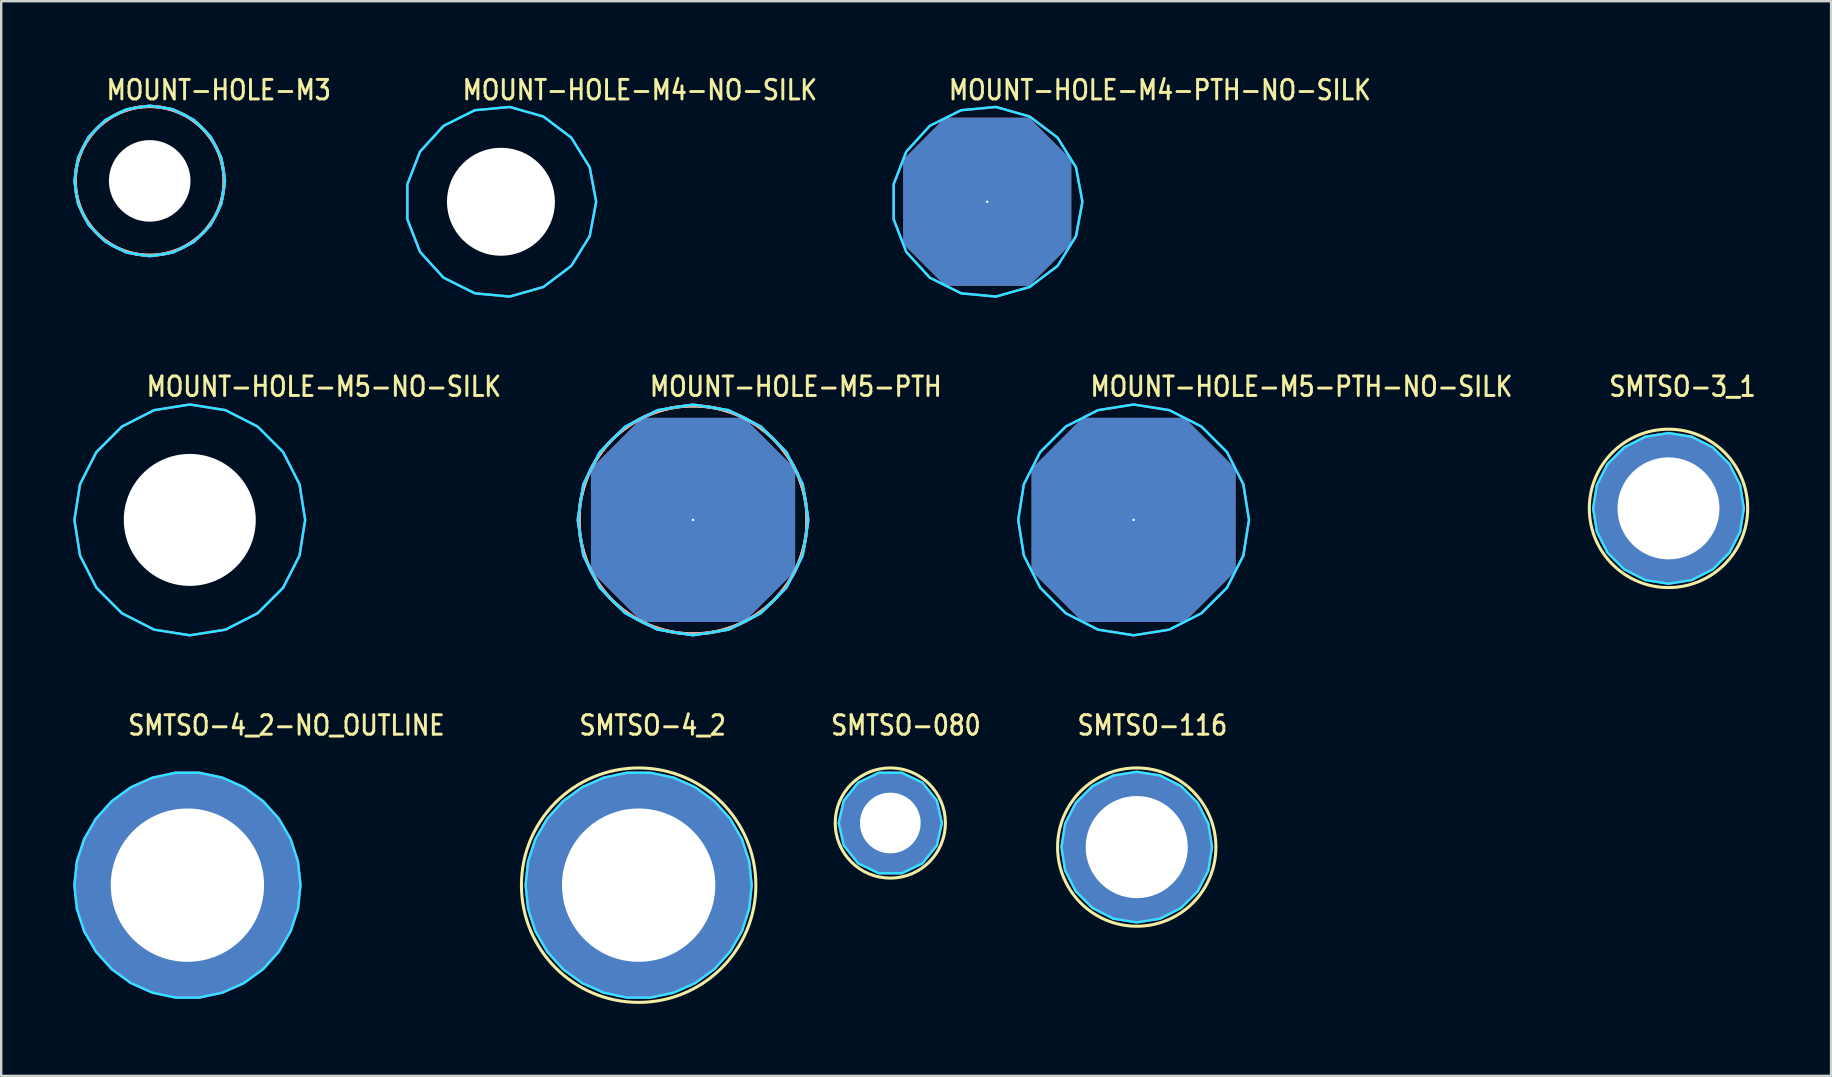
<source format=kicad_pcb>
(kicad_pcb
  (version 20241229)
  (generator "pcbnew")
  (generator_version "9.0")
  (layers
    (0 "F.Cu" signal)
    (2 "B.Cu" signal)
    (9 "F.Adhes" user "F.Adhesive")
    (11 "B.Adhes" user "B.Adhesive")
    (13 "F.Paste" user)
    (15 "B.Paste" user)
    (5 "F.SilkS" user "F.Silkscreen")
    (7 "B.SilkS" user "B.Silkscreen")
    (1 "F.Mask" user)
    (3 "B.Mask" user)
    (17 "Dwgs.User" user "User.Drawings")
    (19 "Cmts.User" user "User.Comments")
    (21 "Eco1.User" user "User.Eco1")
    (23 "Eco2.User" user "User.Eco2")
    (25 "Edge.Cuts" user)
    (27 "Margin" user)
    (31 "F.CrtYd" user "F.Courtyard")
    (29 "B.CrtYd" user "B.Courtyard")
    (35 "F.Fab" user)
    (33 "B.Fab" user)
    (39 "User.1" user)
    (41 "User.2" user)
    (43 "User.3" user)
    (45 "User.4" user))
  (footprint "MOUNT-HOLE-M5-PTH-NO-SILK"
    (layer "F.Cu")
    (at 44.195 18.618)
    (property "Reference" "MOUNT-HOLE-M5-PTH-NO-SILK" (at -1.87 -5.08 0) (unlocked yes) (layer "F.SilkS") (effects (font (size 0.813 0.695) (thickness 0.122)) (justify left bottom)))
    (fp_poly (pts (xy 4.809 0) (xy 4.574 -1.486) (xy 3.891 -2.827) (xy 2.827 -3.891) (xy 1.486 -4.574) (xy 0 -4.809) (xy -1.486 -4.574) (xy -2.827 -3.891) (xy -3.891 -2.827) (xy -4.574 -1.486) (xy -4.809 0) (xy -4.574 1.486) (xy -3.891 2.827) (xy -2.827 3.891) (xy -1.486 4.574) (xy 0 4.809) (xy 1.486 4.574) (xy 2.827 3.891) (xy 3.891 2.827) (xy 4.574 1.486)) (stroke (width 0.1) (type solid)) (fill no) (layer "B.CrtYd"))
    (fp_poly (pts (xy 4.809 0) (xy 4.574 -1.486) (xy 3.891 -2.827) (xy 2.827 -3.891) (xy 1.486 -4.574) (xy 0 -4.809) (xy -1.486 -4.574) (xy -2.827 -3.891) (xy -3.891 -2.827) (xy -4.574 -1.486) (xy -4.809 0) (xy -4.574 1.486) (xy -3.891 2.827) (xy -2.827 3.891) (xy -1.486 4.574) (xy 0 4.809) (xy 1.486 4.574) (xy 2.827 3.891) (xy 3.891 2.827) (xy 4.574 1.486)) (stroke (width 0.1) (type solid)) (fill no) (layer "F.CrtYd"))
    (pad "P$1" thru_hole custom (at 0 0) (size 0.1 0.1) (drill 5.5) (layers "*.Cu" "*.Mask") (options (anchor rect)) (primitives (gr_poly (pts (xy 4.25 2.125) (xy 2.125 4.25) (xy -2.125 4.25) (xy -4.25 2.125) (xy -4.25 -2.125) (xy -2.125 -4.25) (xy 2.125 -4.25) (xy 4.25 -2.125)) (width 0.01) (fill yes)))))
  (footprint "MOUNT-HOLE-M5-PTH"
    (layer "F.Cu")
    (at 25.834 18.618)
    (property "Reference" "MOUNT-HOLE-M5-PTH" (at -1.87 -5.08 0) (unlocked yes) (layer "F.SilkS") (effects (font (size 0.813 0.695) (thickness 0.122)) (justify left bottom)))
    (fp_circle (center 0 0) (end 4.75 0) (stroke (width 0.127) (type solid)) (fill no) (layer "F.SilkS"))
    (fp_circle (center 0 0) (end 4.75 0) (stroke (width 0.127) (type solid)) (fill no) (layer "B.SilkS"))
    (fp_poly (pts (xy 4.809 0) (xy 4.574 -1.486) (xy 3.891 -2.827) (xy 2.827 -3.891) (xy 1.486 -4.574) (xy 0 -4.809) (xy -1.486 -4.574) (xy -2.827 -3.891) (xy -3.891 -2.827) (xy -4.574 -1.486) (xy -4.809 0) (xy -4.574 1.486) (xy -3.891 2.827) (xy -2.827 3.891) (xy -1.486 4.574) (xy 0 4.809) (xy 1.486 4.574) (xy 2.827 3.891) (xy 3.891 2.827) (xy 4.574 1.486)) (stroke (width 0.1) (type solid)) (fill no) (layer "B.CrtYd"))
    (fp_poly (pts (xy 4.809 0) (xy 4.574 -1.486) (xy 3.891 -2.827) (xy 2.827 -3.891) (xy 1.486 -4.574) (xy 0 -4.809) (xy -1.486 -4.574) (xy -2.827 -3.891) (xy -3.891 -2.827) (xy -4.574 -1.486) (xy -4.809 0) (xy -4.574 1.486) (xy -3.891 2.827) (xy -2.827 3.891) (xy -1.486 4.574) (xy 0 4.809) (xy 1.486 4.574) (xy 2.827 3.891) (xy 3.891 2.827) (xy 4.574 1.486)) (stroke (width 0.1) (type solid)) (fill no) (layer "F.CrtYd"))
    (pad "P$1" thru_hole custom (at 0 0) (size 0.1 0.1) (drill 5.5) (layers "*.Cu" "*.Mask") (options (anchor rect)) (primitives (gr_poly (pts (xy 4.25 2.125) (xy 2.125 4.25) (xy -2.125 4.25) (xy -4.25 2.125) (xy -4.25 -2.125) (xy -2.125 -4.25) (xy 2.125 -4.25) (xy 4.25 -2.125)) (width 0.01) (fill yes)))))
  (footprint "SMTSO-080"
    (layer "F.Cu")
    (at 34.055 31.251)
    (property "Reference" "SMTSO-080" (at -2.54 -3.595 0) (unlocked yes) (layer "F.SilkS") (effects (font (size 0.813 0.695) (thickness 0.122)) (justify left bottom)))
    (fp_circle (center 0 0) (end 2.296 0) (stroke (width 0.127) (type solid)) (fill no) (layer "F.SilkS"))
    (fp_poly (pts (xy -1.946 -0.538) (xy 1.946 -0.538) (xy 1.228 -0.538) (xy -1.228 -0.538)) (stroke (width 0.076) (type solid)) (fill yes) (layer "F.Paste"))
    (fp_poly (pts (xy 1.946 0.538) (xy -1.946 0.538) (xy -1.228 0.538) (xy 1.228 0.538)) (stroke (width 0.076) (type solid)) (fill yes) (layer "F.Paste"))
    (fp_poly (pts (xy 2.149 0) (xy 1.937 -0.933) (xy 1.34 -1.68) (xy 0.478 -2.095) (xy -0.478 -2.095) (xy -1.34 -1.68) (xy -1.937 -0.933) (xy -2.149 0) (xy -1.937 0.933) (xy -1.34 1.68) (xy -0.478 2.095) (xy 0.478 2.095) (xy 1.34 1.68) (xy 1.937 0.933)) (stroke (width 0.1) (type solid)) (fill no) (layer "B.CrtYd"))
    (fp_poly (pts (xy 2.149 0) (xy 1.937 -0.933) (xy 1.34 -1.68) (xy 0.478 -2.095) (xy -0.478 -2.095) (xy -1.34 -1.68) (xy -1.937 -0.933) (xy -2.149 0) (xy -1.937 0.933) (xy -1.34 1.68) (xy -0.478 2.095) (xy 0.478 2.095) (xy 1.34 1.68) (xy 1.937 0.933)) (stroke (width 0.1) (type solid)) (fill no) (layer "F.CrtYd"))
    (pad "P$1" thru_hole oval (at 0 0) (size 4.191 4.191) (drill 2.529) (layers "*.Cu" "*.Mask")))
  (footprint "MOUNT-HOLE-M4-NO-SILK"
    (layer "F.Cu")
    (at 17.828 5.359)
    (property "Reference" "MOUNT-HOLE-M4-NO-SILK" (at -1.67 -4.18 0) (unlocked yes) (layer "F.SilkS") (effects (font (size 0.813 0.695) (thickness 0.122)) (justify left bottom)))
    (fp_circle (center 0 0) (end 3.75 0) (stroke (width 0) (type solid)) (fill yes) (layer "F.Mask"))
    (fp_circle (center 0 0) (end 3.9 0) (stroke (width 0) (type solid)) (fill yes) (layer "F.Mask"))
    (fp_circle (center 0 0) (end 3.9 0) (stroke (width 0) (type solid)) (fill yes) (layer "F.Mask"))
    (fp_circle (center 0 0) (end 3.75 0) (stroke (width 0) (type solid)) (fill yes) (layer "B.Mask"))
    (fp_circle (center 0 0) (end 3.9 0) (stroke (width 0) (type solid)) (fill yes) (layer "B.Mask"))
    (fp_poly (pts (xy 3.968 0) (xy 3.7 -1.433) (xy 2.932 -2.673) (xy 1.768 -3.552) (xy 0.366 -3.951) (xy -1.086 -3.816) (xy -2.391 -3.166) (xy -3.373 -2.089) (xy -3.9 -0.729) (xy -3.9 0.729) (xy -3.373 2.089) (xy -2.391 3.166) (xy -1.086 3.816) (xy 0.366 3.951) (xy 1.768 3.552) (xy 2.932 2.673) (xy 3.7 1.433)) (stroke (width 0.1) (type solid)) (fill no) (layer "B.CrtYd"))
    (fp_poly (pts (xy 3.968 0) (xy 3.7 -1.433) (xy 2.932 -2.673) (xy 1.768 -3.552) (xy 0.366 -3.951) (xy -1.086 -3.816) (xy -2.391 -3.166) (xy -3.373 -2.089) (xy -3.9 -0.729) (xy -3.9 0.729) (xy -3.373 2.089) (xy -2.391 3.166) (xy -1.086 3.816) (xy 0.366 3.951) (xy 1.768 3.552) (xy 2.932 2.673) (xy 3.7 1.433)) (stroke (width 0.1) (type solid)) (fill no) (layer "F.CrtYd"))
    (pad "" np_thru_hole circle (at 0 0) (size 4.5 4.5) (drill 4.5) (layers "*.Cu" "*.Mask")))
  (footprint "SMTSO-4_2"
    (layer "F.Cu")
    (at 23.567 33.841)
    (property "Reference" "SMTSO-4_2" (at -2.54 -6.185 0) (unlocked yes) (layer "F.SilkS") (effects (font (size 0.813 0.695) (thickness 0.122)) (justify left bottom)))
    (fp_circle (center 0 0) (end 4.885 0) (stroke (width 0.127) (type solid)) (fill no) (layer "F.SilkS"))
    (fp_poly (pts (xy -4.577 -0.538) (xy -0.538 -4.577) (xy -0.538 -3.227) (xy -3.227 -0.538)) (stroke (width 0.076) (type solid)) (fill yes) (layer "F.Paste"))
    (fp_poly (pts (xy -0.538 4.577) (xy -4.577 0.538) (xy -3.227 0.538) (xy -0.538 3.227)) (stroke (width 0.076) (type solid)) (fill yes) (layer "F.Paste"))
    (fp_poly (pts (xy 0.538 -4.577) (xy 4.577 -0.538) (xy 3.227 -0.538) (xy 0.538 -3.227)) (stroke (width 0.076) (type solid)) (fill yes) (layer "F.Paste"))
    (fp_poly (pts (xy 4.577 0.538) (xy 0.538 4.577) (xy 0.538 3.227) (xy 3.227 0.538)) (stroke (width 0.076) (type solid)) (fill yes) (layer "F.Paste"))
    (fp_poly (pts (xy 4.711 0) (xy 4.608 -0.979) (xy 4.304 -1.916) (xy 3.811 -2.769) (xy 3.152 -3.501) (xy 2.355 -4.08) (xy 1.456 -4.48) (xy 0.492 -4.685) (xy -0.492 -4.685) (xy -1.456 -4.48) (xy -2.355 -4.08) (xy -3.152 -3.501) (xy -3.811 -2.769) (xy -4.304 -1.916) (xy -4.608 -0.979) (xy -4.711 0) (xy -4.608 0.979) (xy -4.304 1.916) (xy -3.811 2.769) (xy -3.152 3.501) (xy -2.355 4.08) (xy -1.456 4.48) (xy -0.492 4.685) (xy 0.492 4.685) (xy 1.456 4.48) (xy 2.355 4.08) (xy 3.152 3.501) (xy 3.811 2.769) (xy 4.304 1.916) (xy 4.608 0.979)) (stroke (width 0.1) (type solid)) (fill no) (layer "B.CrtYd"))
    (fp_poly (pts (xy 4.711 0) (xy 4.608 -0.979) (xy 4.304 -1.916) (xy 3.811 -2.769) (xy 3.152 -3.501) (xy 2.355 -4.08) (xy 1.456 -4.48) (xy 0.492 -4.685) (xy -0.492 -4.685) (xy -1.456 -4.48) (xy -2.355 -4.08) (xy -3.152 -3.501) (xy -3.811 -2.769) (xy -4.304 -1.916) (xy -4.608 -0.979) (xy -4.711 0) (xy -4.608 0.979) (xy -4.304 1.916) (xy -3.811 2.769) (xy -3.152 3.501) (xy -2.355 4.08) (xy -1.456 4.48) (xy -0.492 4.685) (xy 0.492 4.685) (xy 1.456 4.48) (xy 2.355 4.08) (xy 3.152 3.501) (xy 3.811 2.769) (xy 4.304 1.916) (xy 4.608 0.979)) (stroke (width 0.1) (type solid)) (fill no) (layer "F.CrtYd"))
    (pad "P$1" thru_hole oval (at 0 0) (size 9.37 9.37) (drill 6.39) (layers "*.Cu" "*.Mask")))
  (footprint "MOUNT-HOLE-M3"
    (layer "F.Cu")
    (at 3.189 4.489)
    (property "Reference" "MOUNT-HOLE-M3" (at -1.87 -3.31 0) (unlocked yes) (layer "F.SilkS") (effects (font (size 0.813 0.695) (thickness 0.122)) (justify left bottom)))
    (fp_circle (center 0 0) (end 2.95 0) (stroke (width 0) (type solid)) (fill yes) (layer "F.Mask"))
    (fp_circle (center 0 0) (end 3.1 0) (stroke (width 0) (type solid)) (fill yes) (layer "F.Mask"))
    (fp_circle (center 0 0) (end 3.1 0) (stroke (width 0) (type solid)) (fill yes) (layer "F.Mask"))
    (fp_circle (center 0 0) (end 2.95 0) (stroke (width 0) (type solid)) (fill yes) (layer "B.Mask"))
    (fp_circle (center 0 0) (end 3.1 0) (stroke (width 0) (type solid)) (fill yes) (layer "B.Mask"))
    (fp_circle (center 0 0) (end 3.1 0) (stroke (width 0.127) (type solid)) (fill no) (layer "F.SilkS"))
    (fp_circle (center 0 0) (end 3.1 0) (stroke (width 0.127) (type solid)) (fill no) (layer "B.SilkS"))
    (fp_poly (pts (xy 3.139 0) (xy 2.985 -0.97) (xy 2.539 -1.845) (xy 1.845 -2.539) (xy 0.97 -2.985) (xy 0 -3.139) (xy -0.97 -2.985) (xy -1.845 -2.539) (xy -2.539 -1.845) (xy -2.985 -0.97) (xy -3.139 0) (xy -2.985 0.97) (xy -2.539 1.845) (xy -1.845 2.539) (xy -0.97 2.985) (xy 0 3.139) (xy 0.97 2.985) (xy 1.845 2.539) (xy 2.539 1.845) (xy 2.985 0.97)) (stroke (width 0.1) (type solid)) (fill no) (layer "B.CrtYd"))
    (fp_poly (pts (xy 3.139 0) (xy 2.985 -0.97) (xy 2.539 -1.845) (xy 1.845 -2.539) (xy 0.97 -2.985) (xy 0 -3.139) (xy -0.97 -2.985) (xy -1.845 -2.539) (xy -2.539 -1.845) (xy -2.985 -0.97) (xy -3.139 0) (xy -2.985 0.97) (xy -2.539 1.845) (xy -1.845 2.539) (xy -0.97 2.985) (xy 0 3.139) (xy 0.97 2.985) (xy 1.845 2.539) (xy 2.539 1.845) (xy 2.985 0.97)) (stroke (width 0.1) (type solid)) (fill no) (layer "F.CrtYd"))
    (pad "" np_thru_hole circle (at 0 0) (size 3.4 3.4) (drill 3.4) (layers "*.Cu" "*.Mask")))
  (footprint "SMTSO-116"
    (layer "F.Cu")
    (at 44.326 32.254)
    (property "Reference" "SMTSO-116" (at -2.54 -4.599 0) (unlocked yes) (layer "F.SilkS") (effects (font (size 0.813 0.695) (thickness 0.122)) (justify left bottom)))
    (fp_circle (center 0 0) (end 3.299 0) (stroke (width 0.127) (type solid)) (fill no) (layer "F.SilkS"))
    (fp_poly (pts (xy -2.974 -0.538) (xy 2.974 -0.538) (xy 2.138 -0.538) (xy -2.138 -0.538)) (stroke (width 0.076) (type solid)) (fill yes) (layer "F.Paste"))
    (fp_poly (pts (xy 2.974 0.538) (xy -2.974 0.538) (xy -2.138 0.538) (xy 2.138 0.538)) (stroke (width 0.076) (type solid)) (fill yes) (layer "F.Paste"))
    (fp_poly (pts (xy 3.137 0) (xy 2.984 -0.97) (xy 2.538 -1.844) (xy 1.844 -2.538) (xy 0.97 -2.984) (xy 0 -3.137) (xy -0.97 -2.984) (xy -1.844 -2.538) (xy -2.538 -1.844) (xy -2.984 -0.97) (xy -3.137 0) (xy -2.984 0.97) (xy -2.538 1.844) (xy -1.844 2.538) (xy -0.97 2.984) (xy 0 3.137) (xy 0.97 2.984) (xy 1.844 2.538) (xy 2.538 1.844) (xy 2.984 0.97)) (stroke (width 0.1) (type solid)) (fill no) (layer "B.CrtYd"))
    (fp_poly (pts (xy 3.137 0) (xy 2.984 -0.97) (xy 2.538 -1.844) (xy 1.844 -2.538) (xy 0.97 -2.984) (xy 0 -3.137) (xy -0.97 -2.984) (xy -1.844 -2.538) (xy -2.538 -1.844) (xy -2.984 -0.97) (xy -3.137 0) (xy -2.984 0.97) (xy -2.538 1.844) (xy -1.844 2.538) (xy -0.97 2.984) (xy 0 3.137) (xy 0.97 2.984) (xy 1.844 2.538) (xy 2.538 1.844) (xy 2.984 0.97)) (stroke (width 0.1) (type solid)) (fill no) (layer "F.CrtYd"))
    (pad "P$1" thru_hole oval (at 0 0) (size 6.198 6.198) (drill 4.256) (layers "*.Cu" "*.Mask")))
  (footprint "MOUNT-HOLE-M4-PTH-NO-SILK"
    (layer "F.Cu")
    (at 38.094 5.359)
    (property "Reference" "MOUNT-HOLE-M4-PTH-NO-SILK" (at -1.67 -4.18 0) (unlocked yes) (layer "F.SilkS") (effects (font (size 0.813 0.695) (thickness 0.122)) (justify left bottom)))
    (fp_poly (pts (xy 3.968 0) (xy 3.7 -1.433) (xy 2.932 -2.673) (xy 1.768 -3.552) (xy 0.366 -3.951) (xy -1.086 -3.816) (xy -2.391 -3.166) (xy -3.373 -2.089) (xy -3.9 -0.729) (xy -3.9 0.729) (xy -3.373 2.089) (xy -2.391 3.166) (xy -1.086 3.816) (xy 0.366 3.951) (xy 1.768 3.552) (xy 2.932 2.673) (xy 3.7 1.433)) (stroke (width 0.1) (type solid)) (fill no) (layer "B.CrtYd"))
    (fp_poly (pts (xy 3.968 0) (xy 3.7 -1.433) (xy 2.932 -2.673) (xy 1.768 -3.552) (xy 0.366 -3.951) (xy -1.086 -3.816) (xy -2.391 -3.166) (xy -3.373 -2.089) (xy -3.9 -0.729) (xy -3.9 0.729) (xy -3.373 2.089) (xy -2.391 3.166) (xy -1.086 3.816) (xy 0.366 3.951) (xy 1.768 3.552) (xy 2.932 2.673) (xy 3.7 1.433)) (stroke (width 0.1) (type solid)) (fill no) (layer "F.CrtYd"))
    (pad "P$1" thru_hole custom (at 0 0) (size 0.1 0.1) (drill 4.5) (layers "*.Cu" "*.Mask") (options (anchor rect)) (primitives (gr_poly (pts (xy 3.5 1.75) (xy 1.75 3.5) (xy -1.75 3.5) (xy -3.5 1.75) (xy -3.5 -1.75) (xy -1.75 -3.5) (xy 1.75 -3.5) (xy 3.5 -1.75)) (width 0.01) (fill yes)))))
  (footprint "SMTSO-4_2-NO_OUTLINE"
    (layer "F.Cu")
    (at 4.761 33.841)
    (property "Reference" "SMTSO-4_2-NO_OUTLINE" (at -2.54 -6.185 0) (unlocked yes) (layer "F.SilkS") (effects (font (size 0.813 0.695) (thickness 0.122)) (justify left bottom)))
    (fp_poly (pts (xy -4.577 -0.538) (xy 4.577 -0.538) (xy 3.227 -0.538) (xy -3.227 -0.538)) (stroke (width 0.076) (type solid)) (fill yes) (layer "F.Paste"))
    (fp_poly (pts (xy 4.577 0.538) (xy -4.577 0.538) (xy -3.227 0.538) (xy 3.227 0.538)) (stroke (width 0.076) (type solid)) (fill yes) (layer "F.Paste"))
    (fp_poly (pts (xy 4.711 0) (xy 4.608 -0.979) (xy 4.304 -1.916) (xy 3.811 -2.769) (xy 3.152 -3.501) (xy 2.355 -4.08) (xy 1.456 -4.48) (xy 0.492 -4.685) (xy -0.492 -4.685) (xy -1.456 -4.48) (xy -2.355 -4.08) (xy -3.152 -3.501) (xy -3.811 -2.769) (xy -4.304 -1.916) (xy -4.608 -0.979) (xy -4.711 0) (xy -4.608 0.979) (xy -4.304 1.916) (xy -3.811 2.769) (xy -3.152 3.501) (xy -2.355 4.08) (xy -1.456 4.48) (xy -0.492 4.685) (xy 0.492 4.685) (xy 1.456 4.48) (xy 2.355 4.08) (xy 3.152 3.501) (xy 3.811 2.769) (xy 4.304 1.916) (xy 4.608 0.979)) (stroke (width 0.1) (type solid)) (fill no) (layer "B.CrtYd"))
    (fp_poly (pts (xy 4.711 0) (xy 4.608 -0.979) (xy 4.304 -1.916) (xy 3.811 -2.769) (xy 3.152 -3.501) (xy 2.355 -4.08) (xy 1.456 -4.48) (xy 0.492 -4.685) (xy -0.492 -4.685) (xy -1.456 -4.48) (xy -2.355 -4.08) (xy -3.152 -3.501) (xy -3.811 -2.769) (xy -4.304 -1.916) (xy -4.608 -0.979) (xy -4.711 0) (xy -4.608 0.979) (xy -4.304 1.916) (xy -3.811 2.769) (xy -3.152 3.501) (xy -2.355 4.08) (xy -1.456 4.48) (xy -0.492 4.685) (xy 0.492 4.685) (xy 1.456 4.48) (xy 2.355 4.08) (xy 3.152 3.501) (xy 3.811 2.769) (xy 4.304 1.916) (xy 4.608 0.979)) (stroke (width 0.1) (type solid)) (fill no) (layer "F.CrtYd"))
    (pad "P$1" thru_hole oval (at 0 0) (size 9.37 9.37) (drill 6.39) (layers "*.Cu" "*.Mask")))
  (footprint "MOUNT-HOLE-M5-NO-SILK"
    (layer "F.Cu")
    (at 4.859 18.618)
    (property "Reference" "MOUNT-HOLE-M5-NO-SILK" (at -1.87 -5.08 0) (unlocked yes) (layer "F.SilkS") (effects (font (size 0.813 0.695) (thickness 0.122)) (justify left bottom)))
    (fp_circle (center 0 0) (end 4.55 0) (stroke (width 0) (type solid)) (fill yes) (layer "F.Mask"))
    (fp_circle (center 0 0) (end 4.75 0) (stroke (width 0) (type solid)) (fill yes) (layer "F.Mask"))
    (fp_circle (center 0 0) (end 4.75 0) (stroke (width 0) (type solid)) (fill yes) (layer "F.Mask"))
    (fp_circle (center 0 0) (end 4.55 0) (stroke (width 0) (type solid)) (fill yes) (layer "B.Mask"))
    (fp_circle (center 0 0) (end 4.75 0) (stroke (width 0) (type solid)) (fill yes) (layer "B.Mask"))
    (fp_poly (pts (xy 4.809 0) (xy 4.574 -1.486) (xy 3.891 -2.827) (xy 2.827 -3.891) (xy 1.486 -4.574) (xy 0 -4.809) (xy -1.486 -4.574) (xy -2.827 -3.891) (xy -3.891 -2.827) (xy -4.574 -1.486) (xy -4.809 0) (xy -4.574 1.486) (xy -3.891 2.827) (xy -2.827 3.891) (xy -1.486 4.574) (xy 0 4.809) (xy 1.486 4.574) (xy 2.827 3.891) (xy 3.891 2.827) (xy 4.574 1.486)) (stroke (width 0.1) (type solid)) (fill no) (layer "B.CrtYd"))
    (fp_poly (pts (xy 4.809 0) (xy 4.574 -1.486) (xy 3.891 -2.827) (xy 2.827 -3.891) (xy 1.486 -4.574) (xy 0 -4.809) (xy -1.486 -4.574) (xy -2.827 -3.891) (xy -3.891 -2.827) (xy -4.574 -1.486) (xy -4.809 0) (xy -4.574 1.486) (xy -3.891 2.827) (xy -2.827 3.891) (xy -1.486 4.574) (xy 0 4.809) (xy 1.486 4.574) (xy 2.827 3.891) (xy 3.891 2.827) (xy 4.574 1.486)) (stroke (width 0.1) (type solid)) (fill no) (layer "F.CrtYd"))
    (pad "" np_thru_hole circle (at 0 0) (size 5.5 5.5) (drill 5.5) (layers "*.Cu" "*.Mask")))
  (footprint "SMTSO-3_1"
    (layer "F.Cu")
    (at 66.488 18.138)
    (property "Reference" "SMTSO-3_1" (at -2.54 -4.6 0) (unlocked yes) (layer "F.SilkS") (effects (font (size 0.813 0.695) (thickness 0.122)) (justify left bottom)))
    (fp_circle (center 0 0) (end 3.3 0) (stroke (width 0.127) (type solid)) (fill no) (layer "F.SilkS"))
    (fp_poly (pts (xy -2.976 -0.538) (xy 2.976 -0.538) (xy 2.134 -0.538) (xy -2.134 -0.538)) (stroke (width 0.076) (type solid)) (fill yes) (layer "F.Paste"))
    (fp_poly (pts (xy 2.976 0.538) (xy -2.976 0.538) (xy -2.134 0.538) (xy 2.134 0.538)) (stroke (width 0.076) (type solid)) (fill yes) (layer "F.Paste"))
    (fp_poly (pts (xy 3.139 0) (xy 2.985 -0.97) (xy 2.539 -1.845) (xy 1.845 -2.539) (xy 0.97 -2.985) (xy 0 -3.139) (xy -0.97 -2.985) (xy -1.845 -2.539) (xy -2.539 -1.845) (xy -2.985 -0.97) (xy -3.139 0) (xy -2.985 0.97) (xy -2.539 1.845) (xy -1.845 2.539) (xy -0.97 2.985) (xy 0 3.139) (xy 0.97 2.985) (xy 1.845 2.539) (xy 2.539 1.845) (xy 2.985 0.97)) (stroke (width 0.1) (type solid)) (fill no) (layer "B.CrtYd"))
    (fp_poly (pts (xy 3.139 0) (xy 2.985 -0.97) (xy 2.539 -1.845) (xy 1.845 -2.539) (xy 0.97 -2.985) (xy 0 -3.139) (xy -0.97 -2.985) (xy -1.845 -2.539) (xy -2.539 -1.845) (xy -2.985 -0.97) (xy -3.139 0) (xy -2.985 0.97) (xy -2.539 1.845) (xy -1.845 2.539) (xy -0.97 2.985) (xy 0 3.139) (xy 0.97 2.985) (xy 1.845 2.539) (xy 2.539 1.845) (xy 2.985 0.97)) (stroke (width 0.1) (type solid)) (fill no) (layer "F.CrtYd"))
    (pad "P$1" thru_hole oval (at 0 0) (size 6.2 6.2) (drill 4.25) (layers "*.Cu" "*.Mask")))
  (gr_rect
    (start -3 -3)
    (end 73.264 41.789)
    (stroke (width 0.1) (type default))
    (fill no)
    (layer "Edge.Cuts")))
</source>
